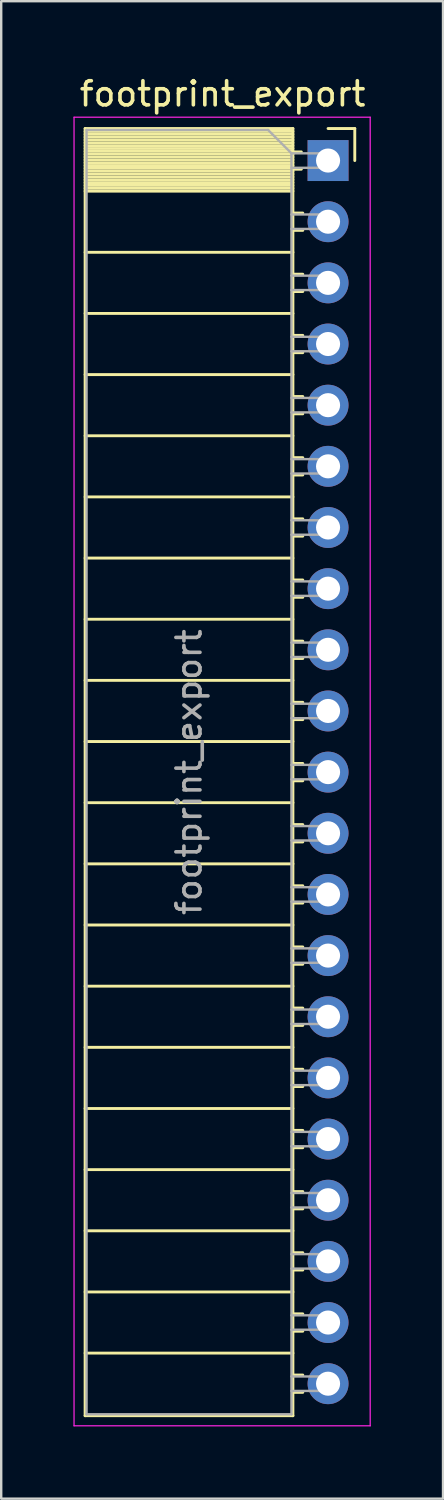
<source format=kicad_pcb>
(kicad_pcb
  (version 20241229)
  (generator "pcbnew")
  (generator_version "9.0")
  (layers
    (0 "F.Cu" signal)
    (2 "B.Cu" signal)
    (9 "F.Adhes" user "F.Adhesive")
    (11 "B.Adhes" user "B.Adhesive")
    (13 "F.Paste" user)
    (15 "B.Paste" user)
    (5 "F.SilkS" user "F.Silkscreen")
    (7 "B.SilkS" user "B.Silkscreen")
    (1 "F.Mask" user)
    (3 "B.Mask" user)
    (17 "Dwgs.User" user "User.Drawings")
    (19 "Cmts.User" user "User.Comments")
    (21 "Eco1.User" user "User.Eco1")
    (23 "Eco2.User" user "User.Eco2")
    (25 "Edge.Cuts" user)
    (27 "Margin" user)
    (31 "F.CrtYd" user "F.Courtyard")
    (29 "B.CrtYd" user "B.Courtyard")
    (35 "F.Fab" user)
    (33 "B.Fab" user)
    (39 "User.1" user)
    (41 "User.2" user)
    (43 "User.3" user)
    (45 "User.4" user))
  (footprint "footprint_export"
    (layer "F.Cu")
    (at 10.575 3.618)
    (property "Reference" "footprint_export" (at -4.38 -2.77 0) (layer "F.SilkS") (effects (font (size 1 1) (thickness 0.15))))
    (attr through_hole)
    (fp_line (start -10.09 -1.33) (end -10.09 52.13) (stroke (width 0.12) (type solid)) (layer "F.SilkS"))
    (fp_line (start -10.09 -1.33) (end -1.46 -1.33) (stroke (width 0.12) (type solid)) (layer "F.SilkS"))
    (fp_line (start -10.09 -1.21) (end -1.46 -1.21) (stroke (width 0.12) (type solid)) (layer "F.SilkS"))
    (fp_line (start -10.09 -1.092) (end -1.46 -1.092) (stroke (width 0.12) (type solid)) (layer "F.SilkS"))
    (fp_line (start -10.09 -0.974) (end -1.46 -0.974) (stroke (width 0.12) (type solid)) (layer "F.SilkS"))
    (fp_line (start -10.09 -0.856) (end -1.46 -0.856) (stroke (width 0.12) (type solid)) (layer "F.SilkS"))
    (fp_line (start -10.09 -0.738) (end -1.46 -0.738) (stroke (width 0.12) (type solid)) (layer "F.SilkS"))
    (fp_line (start -10.09 -0.62) (end -1.46 -0.62) (stroke (width 0.12) (type solid)) (layer "F.SilkS"))
    (fp_line (start -10.09 -0.501) (end -1.46 -0.501) (stroke (width 0.12) (type solid)) (layer "F.SilkS"))
    (fp_line (start -10.09 -0.383) (end -1.46 -0.383) (stroke (width 0.12) (type solid)) (layer "F.SilkS"))
    (fp_line (start -10.09 -0.265) (end -1.46 -0.265) (stroke (width 0.12) (type solid)) (layer "F.SilkS"))
    (fp_line (start -10.09 -0.147) (end -1.46 -0.147) (stroke (width 0.12) (type solid)) (layer "F.SilkS"))
    (fp_line (start -10.09 -0.029) (end -1.46 -0.029) (stroke (width 0.12) (type solid)) (layer "F.SilkS"))
    (fp_line (start -10.09 0.089) (end -1.46 0.089) (stroke (width 0.12) (type solid)) (layer "F.SilkS"))
    (fp_line (start -10.09 0.207) (end -1.46 0.207) (stroke (width 0.12) (type solid)) (layer "F.SilkS"))
    (fp_line (start -10.09 0.325) (end -1.46 0.325) (stroke (width 0.12) (type solid)) (layer "F.SilkS"))
    (fp_line (start -10.09 0.443) (end -1.46 0.443) (stroke (width 0.12) (type solid)) (layer "F.SilkS"))
    (fp_line (start -10.09 0.561) (end -1.46 0.561) (stroke (width 0.12) (type solid)) (layer "F.SilkS"))
    (fp_line (start -10.09 0.68) (end -1.46 0.68) (stroke (width 0.12) (type solid)) (layer "F.SilkS"))
    (fp_line (start -10.09 0.798) (end -1.46 0.798) (stroke (width 0.12) (type solid)) (layer "F.SilkS"))
    (fp_line (start -10.09 0.916) (end -1.46 0.916) (stroke (width 0.12) (type solid)) (layer "F.SilkS"))
    (fp_line (start -10.09 1.034) (end -1.46 1.034) (stroke (width 0.12) (type solid)) (layer "F.SilkS"))
    (fp_line (start -10.09 1.152) (end -1.46 1.152) (stroke (width 0.12) (type solid)) (layer "F.SilkS"))
    (fp_line (start -10.09 1.27) (end -1.46 1.27) (stroke (width 0.12) (type solid)) (layer "F.SilkS"))
    (fp_line (start -10.09 3.81) (end -1.46 3.81) (stroke (width 0.12) (type solid)) (layer "F.SilkS"))
    (fp_line (start -10.09 6.35) (end -1.46 6.35) (stroke (width 0.12) (type solid)) (layer "F.SilkS"))
    (fp_line (start -10.09 8.89) (end -1.46 8.89) (stroke (width 0.12) (type solid)) (layer "F.SilkS"))
    (fp_line (start -10.09 11.43) (end -1.46 11.43) (stroke (width 0.12) (type solid)) (layer "F.SilkS"))
    (fp_line (start -10.09 13.97) (end -1.46 13.97) (stroke (width 0.12) (type solid)) (layer "F.SilkS"))
    (fp_line (start -10.09 16.51) (end -1.46 16.51) (stroke (width 0.12) (type solid)) (layer "F.SilkS"))
    (fp_line (start -10.09 19.05) (end -1.46 19.05) (stroke (width 0.12) (type solid)) (layer "F.SilkS"))
    (fp_line (start -10.09 21.59) (end -1.46 21.59) (stroke (width 0.12) (type solid)) (layer "F.SilkS"))
    (fp_line (start -10.09 24.13) (end -1.46 24.13) (stroke (width 0.12) (type solid)) (layer "F.SilkS"))
    (fp_line (start -10.09 26.67) (end -1.46 26.67) (stroke (width 0.12) (type solid)) (layer "F.SilkS"))
    (fp_line (start -10.09 29.21) (end -1.46 29.21) (stroke (width 0.12) (type solid)) (layer "F.SilkS"))
    (fp_line (start -10.09 31.75) (end -1.46 31.75) (stroke (width 0.12) (type solid)) (layer "F.SilkS"))
    (fp_line (start -10.09 34.29) (end -1.46 34.29) (stroke (width 0.12) (type solid)) (layer "F.SilkS"))
    (fp_line (start -10.09 36.83) (end -1.46 36.83) (stroke (width 0.12) (type solid)) (layer "F.SilkS"))
    (fp_line (start -10.09 39.37) (end -1.46 39.37) (stroke (width 0.12) (type solid)) (layer "F.SilkS"))
    (fp_line (start -10.09 41.91) (end -1.46 41.91) (stroke (width 0.12) (type solid)) (layer "F.SilkS"))
    (fp_line (start -10.09 44.45) (end -1.46 44.45) (stroke (width 0.12) (type solid)) (layer "F.SilkS"))
    (fp_line (start -10.09 46.99) (end -1.46 46.99) (stroke (width 0.12) (type solid)) (layer "F.SilkS"))
    (fp_line (start -10.09 49.53) (end -1.46 49.53) (stroke (width 0.12) (type solid)) (layer "F.SilkS"))
    (fp_line (start -10.09 52.13) (end -1.46 52.13) (stroke (width 0.12) (type solid)) (layer "F.SilkS"))
    (fp_line (start -1.46 -1.33) (end -1.46 52.13) (stroke (width 0.12) (type solid)) (layer "F.SilkS"))
    (fp_line (start -1.46 -0.36) (end -1.11 -0.36) (stroke (width 0.12) (type solid)) (layer "F.SilkS"))
    (fp_line (start -1.46 0.36) (end -1.11 0.36) (stroke (width 0.12) (type solid)) (layer "F.SilkS"))
    (fp_line (start -1.46 2.18) (end -1.05 2.18) (stroke (width 0.12) (type solid)) (layer "F.SilkS"))
    (fp_line (start -1.46 2.9) (end -1.05 2.9) (stroke (width 0.12) (type solid)) (layer "F.SilkS"))
    (fp_line (start -1.46 4.72) (end -1.05 4.72) (stroke (width 0.12) (type solid)) (layer "F.SilkS"))
    (fp_line (start -1.46 5.44) (end -1.05 5.44) (stroke (width 0.12) (type solid)) (layer "F.SilkS"))
    (fp_line (start -1.46 7.26) (end -1.05 7.26) (stroke (width 0.12) (type solid)) (layer "F.SilkS"))
    (fp_line (start -1.46 7.98) (end -1.05 7.98) (stroke (width 0.12) (type solid)) (layer "F.SilkS"))
    (fp_line (start -1.46 9.8) (end -1.05 9.8) (stroke (width 0.12) (type solid)) (layer "F.SilkS"))
    (fp_line (start -1.46 10.52) (end -1.05 10.52) (stroke (width 0.12) (type solid)) (layer "F.SilkS"))
    (fp_line (start -1.46 12.34) (end -1.05 12.34) (stroke (width 0.12) (type solid)) (layer "F.SilkS"))
    (fp_line (start -1.46 13.06) (end -1.05 13.06) (stroke (width 0.12) (type solid)) (layer "F.SilkS"))
    (fp_line (start -1.46 14.88) (end -1.05 14.88) (stroke (width 0.12) (type solid)) (layer "F.SilkS"))
    (fp_line (start -1.46 15.6) (end -1.05 15.6) (stroke (width 0.12) (type solid)) (layer "F.SilkS"))
    (fp_line (start -1.46 17.42) (end -1.05 17.42) (stroke (width 0.12) (type solid)) (layer "F.SilkS"))
    (fp_line (start -1.46 18.14) (end -1.05 18.14) (stroke (width 0.12) (type solid)) (layer "F.SilkS"))
    (fp_line (start -1.46 19.96) (end -1.05 19.96) (stroke (width 0.12) (type solid)) (layer "F.SilkS"))
    (fp_line (start -1.46 20.68) (end -1.05 20.68) (stroke (width 0.12) (type solid)) (layer "F.SilkS"))
    (fp_line (start -1.46 22.5) (end -1.05 22.5) (stroke (width 0.12) (type solid)) (layer "F.SilkS"))
    (fp_line (start -1.46 23.22) (end -1.05 23.22) (stroke (width 0.12) (type solid)) (layer "F.SilkS"))
    (fp_line (start -1.46 25.04) (end -1.05 25.04) (stroke (width 0.12) (type solid)) (layer "F.SilkS"))
    (fp_line (start -1.46 25.76) (end -1.05 25.76) (stroke (width 0.12) (type solid)) (layer "F.SilkS"))
    (fp_line (start -1.46 27.58) (end -1.05 27.58) (stroke (width 0.12) (type solid)) (layer "F.SilkS"))
    (fp_line (start -1.46 28.3) (end -1.05 28.3) (stroke (width 0.12) (type solid)) (layer "F.SilkS"))
    (fp_line (start -1.46 30.12) (end -1.05 30.12) (stroke (width 0.12) (type solid)) (layer "F.SilkS"))
    (fp_line (start -1.46 30.84) (end -1.05 30.84) (stroke (width 0.12) (type solid)) (layer "F.SilkS"))
    (fp_line (start -1.46 32.66) (end -1.05 32.66) (stroke (width 0.12) (type solid)) (layer "F.SilkS"))
    (fp_line (start -1.46 33.38) (end -1.05 33.38) (stroke (width 0.12) (type solid)) (layer "F.SilkS"))
    (fp_line (start -1.46 35.2) (end -1.05 35.2) (stroke (width 0.12) (type solid)) (layer "F.SilkS"))
    (fp_line (start -1.46 35.92) (end -1.05 35.92) (stroke (width 0.12) (type solid)) (layer "F.SilkS"))
    (fp_line (start -1.46 37.74) (end -1.05 37.74) (stroke (width 0.12) (type solid)) (layer "F.SilkS"))
    (fp_line (start -1.46 38.46) (end -1.05 38.46) (stroke (width 0.12) (type solid)) (layer "F.SilkS"))
    (fp_line (start -1.46 40.28) (end -1.05 40.28) (stroke (width 0.12) (type solid)) (layer "F.SilkS"))
    (fp_line (start -1.46 41) (end -1.05 41) (stroke (width 0.12) (type solid)) (layer "F.SilkS"))
    (fp_line (start -1.46 42.82) (end -1.05 42.82) (stroke (width 0.12) (type solid)) (layer "F.SilkS"))
    (fp_line (start -1.46 43.54) (end -1.05 43.54) (stroke (width 0.12) (type solid)) (layer "F.SilkS"))
    (fp_line (start -1.46 45.36) (end -1.05 45.36) (stroke (width 0.12) (type solid)) (layer "F.SilkS"))
    (fp_line (start -1.46 46.08) (end -1.05 46.08) (stroke (width 0.12) (type solid)) (layer "F.SilkS"))
    (fp_line (start -1.46 47.9) (end -1.05 47.9) (stroke (width 0.12) (type solid)) (layer "F.SilkS"))
    (fp_line (start -1.46 48.62) (end -1.05 48.62) (stroke (width 0.12) (type solid)) (layer "F.SilkS"))
    (fp_line (start -1.46 50.44) (end -1.05 50.44) (stroke (width 0.12) (type solid)) (layer "F.SilkS"))
    (fp_line (start -1.46 51.16) (end -1.05 51.16) (stroke (width 0.12) (type solid)) (layer "F.SilkS"))
    (fp_line (start 0 -1.33) (end 1.11 -1.33) (stroke (width 0.12) (type solid)) (layer "F.SilkS"))
    (fp_line (start 1.11 -1.33) (end 1.11 0) (stroke (width 0.12) (type solid)) (layer "F.SilkS"))
    (fp_line (start -10.55 -1.8) (end -10.55 52.55) (stroke (width 0.05) (type solid)) (layer "F.CrtYd"))
    (fp_line (start -10.55 52.55) (end 1.75 52.55) (stroke (width 0.05) (type solid)) (layer "F.CrtYd"))
    (fp_line (start 1.75 -1.8) (end -10.55 -1.8) (stroke (width 0.05) (type solid)) (layer "F.CrtYd"))
    (fp_line (start 1.75 52.55) (end 1.75 -1.8) (stroke (width 0.05) (type solid)) (layer "F.CrtYd"))
    (fp_line (start -10.03 -1.27) (end -2.49 -1.27) (stroke (width 0.1) (type solid)) (layer "F.Fab"))
    (fp_line (start -10.03 52.07) (end -10.03 -1.27) (stroke (width 0.1) (type solid)) (layer "F.Fab"))
    (fp_line (start -2.49 -1.27) (end -1.52 -0.3) (stroke (width 0.1) (type solid)) (layer "F.Fab"))
    (fp_line (start -1.52 -0.3) (end -1.52 52.07) (stroke (width 0.1) (type solid)) (layer "F.Fab"))
    (fp_line (start -1.52 0.3) (end 0 0.3) (stroke (width 0.1) (type solid)) (layer "F.Fab"))
    (fp_line (start -1.52 2.84) (end 0 2.84) (stroke (width 0.1) (type solid)) (layer "F.Fab"))
    (fp_line (start -1.52 5.38) (end 0 5.38) (stroke (width 0.1) (type solid)) (layer "F.Fab"))
    (fp_line (start -1.52 7.92) (end 0 7.92) (stroke (width 0.1) (type solid)) (layer "F.Fab"))
    (fp_line (start -1.52 10.46) (end 0 10.46) (stroke (width 0.1) (type solid)) (layer "F.Fab"))
    (fp_line (start -1.52 13) (end 0 13) (stroke (width 0.1) (type solid)) (layer "F.Fab"))
    (fp_line (start -1.52 15.54) (end 0 15.54) (stroke (width 0.1) (type solid)) (layer "F.Fab"))
    (fp_line (start -1.52 18.08) (end 0 18.08) (stroke (width 0.1) (type solid)) (layer "F.Fab"))
    (fp_line (start -1.52 20.62) (end 0 20.62) (stroke (width 0.1) (type solid)) (layer "F.Fab"))
    (fp_line (start -1.52 23.16) (end 0 23.16) (stroke (width 0.1) (type solid)) (layer "F.Fab"))
    (fp_line (start -1.52 25.7) (end 0 25.7) (stroke (width 0.1) (type solid)) (layer "F.Fab"))
    (fp_line (start -1.52 28.24) (end 0 28.24) (stroke (width 0.1) (type solid)) (layer "F.Fab"))
    (fp_line (start -1.52 30.78) (end 0 30.78) (stroke (width 0.1) (type solid)) (layer "F.Fab"))
    (fp_line (start -1.52 33.32) (end 0 33.32) (stroke (width 0.1) (type solid)) (layer "F.Fab"))
    (fp_line (start -1.52 35.86) (end 0 35.86) (stroke (width 0.1) (type solid)) (layer "F.Fab"))
    (fp_line (start -1.52 38.4) (end 0 38.4) (stroke (width 0.1) (type solid)) (layer "F.Fab"))
    (fp_line (start -1.52 40.94) (end 0 40.94) (stroke (width 0.1) (type solid)) (layer "F.Fab"))
    (fp_line (start -1.52 43.48) (end 0 43.48) (stroke (width 0.1) (type solid)) (layer "F.Fab"))
    (fp_line (start -1.52 46.02) (end 0 46.02) (stroke (width 0.1) (type solid)) (layer "F.Fab"))
    (fp_line (start -1.52 48.56) (end 0 48.56) (stroke (width 0.1) (type solid)) (layer "F.Fab"))
    (fp_line (start -1.52 51.1) (end 0 51.1) (stroke (width 0.1) (type solid)) (layer "F.Fab"))
    (fp_line (start -1.52 52.07) (end -10.03 52.07) (stroke (width 0.1) (type solid)) (layer "F.Fab"))
    (fp_line (start 0 -0.3) (end -1.52 -0.3) (stroke (width 0.1) (type solid)) (layer "F.Fab"))
    (fp_line (start 0 0.3) (end 0 -0.3) (stroke (width 0.1) (type solid)) (layer "F.Fab"))
    (fp_line (start 0 2.24) (end -1.52 2.24) (stroke (width 0.1) (type solid)) (layer "F.Fab"))
    (fp_line (start 0 2.84) (end 0 2.24) (stroke (width 0.1) (type solid)) (layer "F.Fab"))
    (fp_line (start 0 4.78) (end -1.52 4.78) (stroke (width 0.1) (type solid)) (layer "F.Fab"))
    (fp_line (start 0 5.38) (end 0 4.78) (stroke (width 0.1) (type solid)) (layer "F.Fab"))
    (fp_line (start 0 7.32) (end -1.52 7.32) (stroke (width 0.1) (type solid)) (layer "F.Fab"))
    (fp_line (start 0 7.92) (end 0 7.32) (stroke (width 0.1) (type solid)) (layer "F.Fab"))
    (fp_line (start 0 9.86) (end -1.52 9.86) (stroke (width 0.1) (type solid)) (layer "F.Fab"))
    (fp_line (start 0 10.46) (end 0 9.86) (stroke (width 0.1) (type solid)) (layer "F.Fab"))
    (fp_line (start 0 12.4) (end -1.52 12.4) (stroke (width 0.1) (type solid)) (layer "F.Fab"))
    (fp_line (start 0 13) (end 0 12.4) (stroke (width 0.1) (type solid)) (layer "F.Fab"))
    (fp_line (start 0 14.94) (end -1.52 14.94) (stroke (width 0.1) (type solid)) (layer "F.Fab"))
    (fp_line (start 0 15.54) (end 0 14.94) (stroke (width 0.1) (type solid)) (layer "F.Fab"))
    (fp_line (start 0 17.48) (end -1.52 17.48) (stroke (width 0.1) (type solid)) (layer "F.Fab"))
    (fp_line (start 0 18.08) (end 0 17.48) (stroke (width 0.1) (type solid)) (layer "F.Fab"))
    (fp_line (start 0 20.02) (end -1.52 20.02) (stroke (width 0.1) (type solid)) (layer "F.Fab"))
    (fp_line (start 0 20.62) (end 0 20.02) (stroke (width 0.1) (type solid)) (layer "F.Fab"))
    (fp_line (start 0 22.56) (end -1.52 22.56) (stroke (width 0.1) (type solid)) (layer "F.Fab"))
    (fp_line (start 0 23.16) (end 0 22.56) (stroke (width 0.1) (type solid)) (layer "F.Fab"))
    (fp_line (start 0 25.1) (end -1.52 25.1) (stroke (width 0.1) (type solid)) (layer "F.Fab"))
    (fp_line (start 0 25.7) (end 0 25.1) (stroke (width 0.1) (type solid)) (layer "F.Fab"))
    (fp_line (start 0 27.64) (end -1.52 27.64) (stroke (width 0.1) (type solid)) (layer "F.Fab"))
    (fp_line (start 0 28.24) (end 0 27.64) (stroke (width 0.1) (type solid)) (layer "F.Fab"))
    (fp_line (start 0 30.18) (end -1.52 30.18) (stroke (width 0.1) (type solid)) (layer "F.Fab"))
    (fp_line (start 0 30.78) (end 0 30.18) (stroke (width 0.1) (type solid)) (layer "F.Fab"))
    (fp_line (start 0 32.72) (end -1.52 32.72) (stroke (width 0.1) (type solid)) (layer "F.Fab"))
    (fp_line (start 0 33.32) (end 0 32.72) (stroke (width 0.1) (type solid)) (layer "F.Fab"))
    (fp_line (start 0 35.26) (end -1.52 35.26) (stroke (width 0.1) (type solid)) (layer "F.Fab"))
    (fp_line (start 0 35.86) (end 0 35.26) (stroke (width 0.1) (type solid)) (layer "F.Fab"))
    (fp_line (start 0 37.8) (end -1.52 37.8) (stroke (width 0.1) (type solid)) (layer "F.Fab"))
    (fp_line (start 0 38.4) (end 0 37.8) (stroke (width 0.1) (type solid)) (layer "F.Fab"))
    (fp_line (start 0 40.34) (end -1.52 40.34) (stroke (width 0.1) (type solid)) (layer "F.Fab"))
    (fp_line (start 0 40.94) (end 0 40.34) (stroke (width 0.1) (type solid)) (layer "F.Fab"))
    (fp_line (start 0 42.88) (end -1.52 42.88) (stroke (width 0.1) (type solid)) (layer "F.Fab"))
    (fp_line (start 0 43.48) (end 0 42.88) (stroke (width 0.1) (type solid)) (layer "F.Fab"))
    (fp_line (start 0 45.42) (end -1.52 45.42) (stroke (width 0.1) (type solid)) (layer "F.Fab"))
    (fp_line (start 0 46.02) (end 0 45.42) (stroke (width 0.1) (type solid)) (layer "F.Fab"))
    (fp_line (start 0 47.96) (end -1.52 47.96) (stroke (width 0.1) (type solid)) (layer "F.Fab"))
    (fp_line (start 0 48.56) (end 0 47.96) (stroke (width 0.1) (type solid)) (layer "F.Fab"))
    (fp_line (start 0 50.5) (end -1.52 50.5) (stroke (width 0.1) (type solid)) (layer "F.Fab"))
    (fp_line (start 0 51.1) (end 0 50.5) (stroke (width 0.1) (type solid)) (layer "F.Fab"))
    (fp_text user "${REFERENCE}" (at -5.775 25.4 90) (layer "F.Fab") (effects (font (size 1 1) (thickness 0.15))))
    (pad "1" thru_hole rect (at 0 0) (size 1.7 1.7) (drill 1) (layers "*.Cu" "*.Mask"))
    (pad "2" thru_hole oval (at 0 2.54) (size 1.7 1.7) (drill 1) (layers "*.Cu" "*.Mask"))
    (pad "3" thru_hole oval (at 0 5.08) (size 1.7 1.7) (drill 1) (layers "*.Cu" "*.Mask"))
    (pad "4" thru_hole oval (at 0 7.62) (size 1.7 1.7) (drill 1) (layers "*.Cu" "*.Mask"))
    (pad "5" thru_hole oval (at 0 10.16) (size 1.7 1.7) (drill 1) (layers "*.Cu" "*.Mask"))
    (pad "6" thru_hole oval (at 0 12.7) (size 1.7 1.7) (drill 1) (layers "*.Cu" "*.Mask"))
    (pad "7" thru_hole oval (at 0 15.24) (size 1.7 1.7) (drill 1) (layers "*.Cu" "*.Mask"))
    (pad "8" thru_hole oval (at 0 17.78) (size 1.7 1.7) (drill 1) (layers "*.Cu" "*.Mask"))
    (pad "9" thru_hole oval (at 0 20.32) (size 1.7 1.7) (drill 1) (layers "*.Cu" "*.Mask"))
    (pad "10" thru_hole oval (at 0 22.86) (size 1.7 1.7) (drill 1) (layers "*.Cu" "*.Mask"))
    (pad "11" thru_hole oval (at 0 25.4) (size 1.7 1.7) (drill 1) (layers "*.Cu" "*.Mask"))
    (pad "12" thru_hole oval (at 0 27.94) (size 1.7 1.7) (drill 1) (layers "*.Cu" "*.Mask"))
    (pad "13" thru_hole oval (at 0 30.48) (size 1.7 1.7) (drill 1) (layers "*.Cu" "*.Mask"))
    (pad "14" thru_hole oval (at 0 33.02) (size 1.7 1.7) (drill 1) (layers "*.Cu" "*.Mask"))
    (pad "15" thru_hole oval (at 0 35.56) (size 1.7 1.7) (drill 1) (layers "*.Cu" "*.Mask"))
    (pad "16" thru_hole oval (at 0 38.1) (size 1.7 1.7) (drill 1) (layers "*.Cu" "*.Mask"))
    (pad "17" thru_hole oval (at 0 40.64) (size 1.7 1.7) (drill 1) (layers "*.Cu" "*.Mask"))
    (pad "18" thru_hole oval (at 0 43.18) (size 1.7 1.7) (drill 1) (layers "*.Cu" "*.Mask"))
    (pad "19" thru_hole oval (at 0 45.72) (size 1.7 1.7) (drill 1) (layers "*.Cu" "*.Mask"))
    (pad "20" thru_hole oval (at 0 48.26) (size 1.7 1.7) (drill 1) (layers "*.Cu" "*.Mask"))
    (pad "21" thru_hole oval (at 0 50.8) (size 1.7 1.7) (drill 1) (layers "*.Cu" "*.Mask")))
  (gr_rect
    (start -3 -3)
    (end 15.35 59.193)
    (stroke (width 0.1) (type default))
    (fill no)
    (layer "Edge.Cuts")))
</source>
